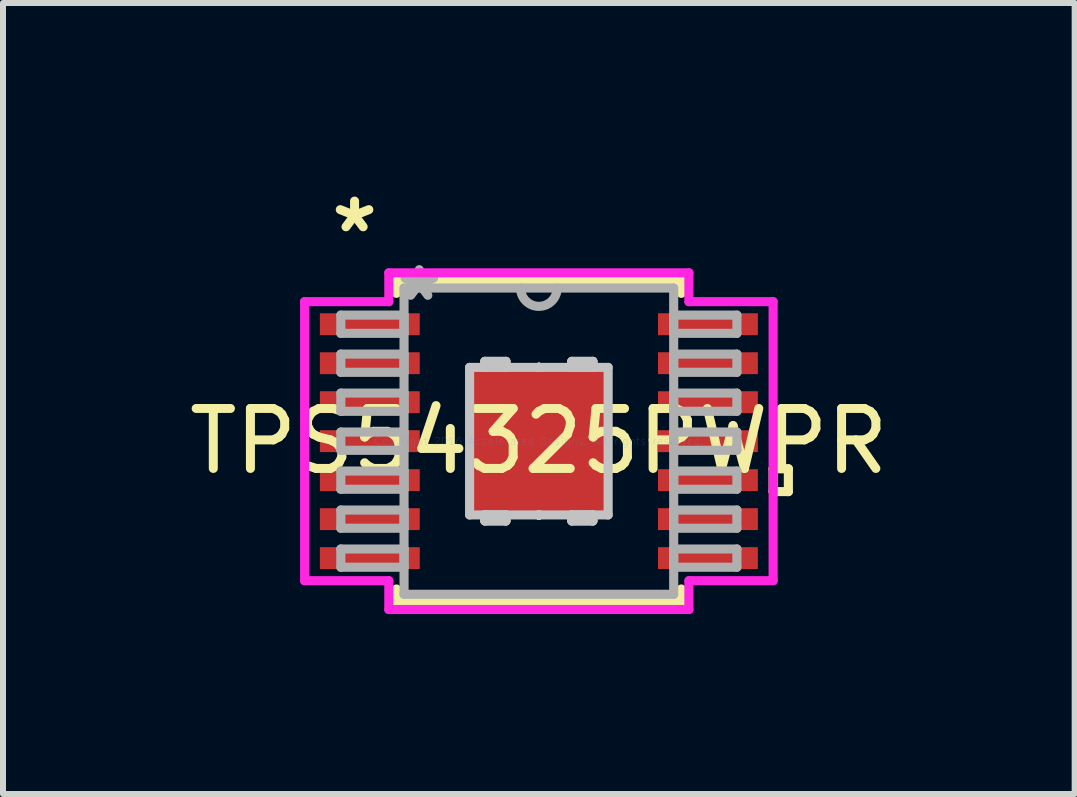
<source format=kicad_pcb>
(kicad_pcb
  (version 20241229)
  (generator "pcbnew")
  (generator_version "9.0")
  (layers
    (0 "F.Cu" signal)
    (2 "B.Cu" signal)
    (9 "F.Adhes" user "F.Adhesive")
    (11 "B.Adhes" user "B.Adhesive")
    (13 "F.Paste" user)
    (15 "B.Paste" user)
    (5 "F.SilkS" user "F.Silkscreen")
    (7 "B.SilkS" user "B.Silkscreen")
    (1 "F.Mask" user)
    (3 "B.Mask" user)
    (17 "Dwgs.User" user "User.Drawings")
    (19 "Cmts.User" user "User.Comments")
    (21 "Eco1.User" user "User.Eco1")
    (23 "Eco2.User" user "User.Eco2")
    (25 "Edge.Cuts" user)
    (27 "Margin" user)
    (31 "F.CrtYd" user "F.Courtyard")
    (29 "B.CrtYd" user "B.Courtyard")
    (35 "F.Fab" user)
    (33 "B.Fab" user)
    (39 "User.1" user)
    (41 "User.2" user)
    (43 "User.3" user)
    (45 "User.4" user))
  (footprint "TPS54325PWPR"
    (layer "F.Cu")
    (at 5.935 4.306)
    (property "Reference" "TPS54325PWPR" (at 0 0 0) (layer "F.SilkS") (effects (font (size 1 1) (thickness 0.15))))
    (attr through_hole)
    (fp_line (start -2.375 -2.68) (end -2.375 -2.465) (stroke (width 0.152) (type solid)) (layer "F.SilkS"))
    (fp_line (start -2.375 2.465) (end -2.375 2.68) (stroke (width 0.152) (type solid)) (layer "F.SilkS"))
    (fp_line (start -2.375 2.68) (end 2.375 2.68) (stroke (width 0.152) (type solid)) (layer "F.SilkS"))
    (fp_line (start 2.375 -2.68) (end -2.375 -2.68) (stroke (width 0.152) (type solid)) (layer "F.SilkS"))
    (fp_line (start 2.375 -2.465) (end 2.375 -2.68) (stroke (width 0.152) (type solid)) (layer "F.SilkS"))
    (fp_line (start 2.375 2.68) (end 2.375 2.465) (stroke (width 0.152) (type solid)) (layer "F.SilkS"))
    (fp_line (start 3.906 0.46) (end 4.16 0.46) (stroke (width 0.152) (type solid)) (layer "F.SilkS"))
    (fp_line (start 3.906 0.841) (end 3.906 0.46) (stroke (width 0.152) (type solid)) (layer "F.SilkS"))
    (fp_line (start 4.16 0.46) (end 4.16 0.841) (stroke (width 0.152) (type solid)) (layer "F.SilkS"))
    (fp_line (start 4.16 0.841) (end 3.906 0.841) (stroke (width 0.152) (type solid)) (layer "F.SilkS"))
    (fp_line (start -1.155 -1.23) (end -1.155 1.23) (stroke (width 0.152) (type solid)) (layer "Dwgs.User"))
    (fp_line (start -1.155 1.23) (end 1.155 1.23) (stroke (width 0.152) (type solid)) (layer "Dwgs.User"))
    (fp_line (start -0.9 -1.33) (end -0.9 -1.23) (stroke (width 0.152) (type solid)) (layer "Dwgs.User"))
    (fp_line (start -0.9 -1.33) (end -0.9 -1.23) (stroke (width 0.152) (type solid)) (layer "Dwgs.User"))
    (fp_line (start -0.9 -1.23) (end -0.55 -1.23) (stroke (width 0.152) (type solid)) (layer "Dwgs.User"))
    (fp_line (start -0.9 -1.23) (end -0.55 -1.23) (stroke (width 0.152) (type solid)) (layer "Dwgs.User"))
    (fp_line (start -0.9 1.23) (end -0.55 1.23) (stroke (width 0.152) (type solid)) (layer "Dwgs.User"))
    (fp_line (start -0.9 1.23) (end -0.55 1.23) (stroke (width 0.152) (type solid)) (layer "Dwgs.User"))
    (fp_line (start -0.9 1.33) (end -0.9 1.23) (stroke (width 0.152) (type solid)) (layer "Dwgs.User"))
    (fp_line (start -0.9 1.33) (end -0.9 1.23) (stroke (width 0.152) (type solid)) (layer "Dwgs.User"))
    (fp_line (start -0.55 -1.33) (end -0.9 -1.33) (stroke (width 0.152) (type solid)) (layer "Dwgs.User"))
    (fp_line (start -0.55 -1.33) (end -0.9 -1.33) (stroke (width 0.152) (type solid)) (layer "Dwgs.User"))
    (fp_line (start -0.55 -1.23) (end -0.55 -1.33) (stroke (width 0.152) (type solid)) (layer "Dwgs.User"))
    (fp_line (start -0.55 -1.23) (end -0.55 -1.33) (stroke (width 0.152) (type solid)) (layer "Dwgs.User"))
    (fp_line (start -0.55 1.23) (end -0.55 1.33) (stroke (width 0.152) (type solid)) (layer "Dwgs.User"))
    (fp_line (start -0.55 1.23) (end -0.55 1.33) (stroke (width 0.152) (type solid)) (layer "Dwgs.User"))
    (fp_line (start -0.55 1.33) (end -0.9 1.33) (stroke (width 0.152) (type solid)) (layer "Dwgs.User"))
    (fp_line (start -0.55 1.33) (end -0.9 1.33) (stroke (width 0.152) (type solid)) (layer "Dwgs.User"))
    (fp_line (start 0 -1.23) (end 0 -1.23) (stroke (width 0.152) (type solid)) (layer "Dwgs.User"))
    (fp_line (start 0 -1.23) (end 0 -1.23) (stroke (width 0.152) (type solid)) (layer "Dwgs.User"))
    (fp_line (start 0 -1.23) (end 0 -1.23) (stroke (width 0.152) (type solid)) (layer "Dwgs.User"))
    (fp_line (start 0 -1.23) (end 0 -1.23) (stroke (width 0.152) (type solid)) (layer "Dwgs.User"))
    (fp_line (start 0 -1.23) (end 0 -1.23) (stroke (width 0.152) (type solid)) (layer "Dwgs.User"))
    (fp_line (start 0 -1.23) (end 0 -1.23) (stroke (width 0.152) (type solid)) (layer "Dwgs.User"))
    (fp_line (start 0 -1.23) (end 0 -1.23) (stroke (width 0.152) (type solid)) (layer "Dwgs.User"))
    (fp_line (start 0 -1.23) (end 0 -1.23) (stroke (width 0.152) (type solid)) (layer "Dwgs.User"))
    (fp_line (start 0 -1.23) (end 0 -1.23) (stroke (width 0.152) (type solid)) (layer "Dwgs.User"))
    (fp_line (start 0 -1.23) (end 0 -1.23) (stroke (width 0.152) (type solid)) (layer "Dwgs.User"))
    (fp_line (start 0 -1.23) (end 0 -1.23) (stroke (width 0.152) (type solid)) (layer "Dwgs.User"))
    (fp_line (start 0 -1.23) (end 0 -1.23) (stroke (width 0.152) (type solid)) (layer "Dwgs.User"))
    (fp_line (start 0 -1.23) (end 0 -1.23) (stroke (width 0.152) (type solid)) (layer "Dwgs.User"))
    (fp_line (start 0 -1.23) (end 0 -1.23) (stroke (width 0.152) (type solid)) (layer "Dwgs.User"))
    (fp_line (start 0 -1.23) (end 0 -1.23) (stroke (width 0.152) (type solid)) (layer "Dwgs.User"))
    (fp_line (start 0 -1.23) (end 0 -1.23) (stroke (width 0.152) (type solid)) (layer "Dwgs.User"))
    (fp_line (start 0 1.23) (end 0 1.23) (stroke (width 0.152) (type solid)) (layer "Dwgs.User"))
    (fp_line (start 0 1.23) (end 0 1.23) (stroke (width 0.152) (type solid)) (layer "Dwgs.User"))
    (fp_line (start 0 1.23) (end 0 1.23) (stroke (width 0.152) (type solid)) (layer "Dwgs.User"))
    (fp_line (start 0 1.23) (end 0 1.23) (stroke (width 0.152) (type solid)) (layer "Dwgs.User"))
    (fp_line (start 0 1.23) (end 0 1.23) (stroke (width 0.152) (type solid)) (layer "Dwgs.User"))
    (fp_line (start 0 1.23) (end 0 1.23) (stroke (width 0.152) (type solid)) (layer "Dwgs.User"))
    (fp_line (start 0 1.23) (end 0 1.23) (stroke (width 0.152) (type solid)) (layer "Dwgs.User"))
    (fp_line (start 0 1.23) (end 0 1.23) (stroke (width 0.152) (type solid)) (layer "Dwgs.User"))
    (fp_line (start 0 1.23) (end 0 1.23) (stroke (width 0.152) (type solid)) (layer "Dwgs.User"))
    (fp_line (start 0 1.23) (end 0 1.23) (stroke (width 0.152) (type solid)) (layer "Dwgs.User"))
    (fp_line (start 0 1.23) (end 0 1.23) (stroke (width 0.152) (type solid)) (layer "Dwgs.User"))
    (fp_line (start 0 1.23) (end 0 1.23) (stroke (width 0.152) (type solid)) (layer "Dwgs.User"))
    (fp_line (start 0 1.23) (end 0 1.23) (stroke (width 0.152) (type solid)) (layer "Dwgs.User"))
    (fp_line (start 0 1.23) (end 0 1.23) (stroke (width 0.152) (type solid)) (layer "Dwgs.User"))
    (fp_line (start 0 1.23) (end 0 1.23) (stroke (width 0.152) (type solid)) (layer "Dwgs.User"))
    (fp_line (start 0 1.23) (end 0 1.23) (stroke (width 0.152) (type solid)) (layer "Dwgs.User"))
    (fp_line (start 0.55 -1.33) (end 0.9 -1.33) (stroke (width 0.152) (type solid)) (layer "Dwgs.User"))
    (fp_line (start 0.55 -1.33) (end 0.9 -1.33) (stroke (width 0.152) (type solid)) (layer "Dwgs.User"))
    (fp_line (start 0.55 -1.23) (end 0.55 -1.33) (stroke (width 0.152) (type solid)) (layer "Dwgs.User"))
    (fp_line (start 0.55 -1.23) (end 0.55 -1.33) (stroke (width 0.152) (type solid)) (layer "Dwgs.User"))
    (fp_line (start 0.55 1.23) (end 0.55 1.33) (stroke (width 0.152) (type solid)) (layer "Dwgs.User"))
    (fp_line (start 0.55 1.23) (end 0.55 1.33) (stroke (width 0.152) (type solid)) (layer "Dwgs.User"))
    (fp_line (start 0.55 1.33) (end 0.9 1.33) (stroke (width 0.152) (type solid)) (layer "Dwgs.User"))
    (fp_line (start 0.55 1.33) (end 0.9 1.33) (stroke (width 0.152) (type solid)) (layer "Dwgs.User"))
    (fp_line (start 0.9 -1.33) (end 0.9 -1.23) (stroke (width 0.152) (type solid)) (layer "Dwgs.User"))
    (fp_line (start 0.9 -1.33) (end 0.9 -1.23) (stroke (width 0.152) (type solid)) (layer "Dwgs.User"))
    (fp_line (start 0.9 -1.23) (end 0.55 -1.23) (stroke (width 0.152) (type solid)) (layer "Dwgs.User"))
    (fp_line (start 0.9 -1.23) (end 0.55 -1.23) (stroke (width 0.152) (type solid)) (layer "Dwgs.User"))
    (fp_line (start 0.9 1.23) (end 0.55 1.23) (stroke (width 0.152) (type solid)) (layer "Dwgs.User"))
    (fp_line (start 0.9 1.23) (end 0.55 1.23) (stroke (width 0.152) (type solid)) (layer "Dwgs.User"))
    (fp_line (start 0.9 1.33) (end 0.9 1.23) (stroke (width 0.152) (type solid)) (layer "Dwgs.User"))
    (fp_line (start 0.9 1.33) (end 0.9 1.23) (stroke (width 0.152) (type solid)) (layer "Dwgs.User"))
    (fp_line (start 1.155 -1.23) (end -1.155 -1.23) (stroke (width 0.152) (type solid)) (layer "Dwgs.User"))
    (fp_line (start 1.155 1.23) (end 1.155 -1.23) (stroke (width 0.152) (type solid)) (layer "Dwgs.User"))
    (fp_line (start -3.906 -2.326) (end -2.502 -2.326) (stroke (width 0.152) (type solid)) (layer "F.CrtYd"))
    (fp_line (start -3.906 2.326) (end -3.906 -2.326) (stroke (width 0.152) (type solid)) (layer "F.CrtYd"))
    (fp_line (start -2.502 -2.807) (end 2.502 -2.807) (stroke (width 0.152) (type solid)) (layer "F.CrtYd"))
    (fp_line (start -2.502 -2.326) (end -2.502 -2.807) (stroke (width 0.152) (type solid)) (layer "F.CrtYd"))
    (fp_line (start -2.502 2.326) (end -3.906 2.326) (stroke (width 0.152) (type solid)) (layer "F.CrtYd"))
    (fp_line (start -2.502 2.807) (end -2.502 2.326) (stroke (width 0.152) (type solid)) (layer "F.CrtYd"))
    (fp_line (start 2.502 -2.807) (end 2.502 -2.326) (stroke (width 0.152) (type solid)) (layer "F.CrtYd"))
    (fp_line (start 2.502 -2.326) (end 3.906 -2.326) (stroke (width 0.152) (type solid)) (layer "F.CrtYd"))
    (fp_line (start 2.502 2.326) (end 2.502 2.807) (stroke (width 0.152) (type solid)) (layer "F.CrtYd"))
    (fp_line (start 2.502 2.807) (end -2.502 2.807) (stroke (width 0.152) (type solid)) (layer "F.CrtYd"))
    (fp_line (start 3.906 -2.326) (end 3.906 2.326) (stroke (width 0.152) (type solid)) (layer "F.CrtYd"))
    (fp_line (start 3.906 2.326) (end 2.502 2.326) (stroke (width 0.152) (type solid)) (layer "F.CrtYd"))
    (fp_line (start -3.302 -2.102) (end -3.302 -1.798) (stroke (width 0.152) (type solid)) (layer "F.Fab"))
    (fp_line (start -3.302 -1.798) (end -2.248 -1.798) (stroke (width 0.152) (type solid)) (layer "F.Fab"))
    (fp_line (start -3.302 -1.452) (end -3.302 -1.148) (stroke (width 0.152) (type solid)) (layer "F.Fab"))
    (fp_line (start -3.302 -1.148) (end -2.248 -1.148) (stroke (width 0.152) (type solid)) (layer "F.Fab"))
    (fp_line (start -3.302 -0.802) (end -3.302 -0.498) (stroke (width 0.152) (type solid)) (layer "F.Fab"))
    (fp_line (start -3.302 -0.498) (end -2.248 -0.498) (stroke (width 0.152) (type solid)) (layer "F.Fab"))
    (fp_line (start -3.302 -0.152) (end -3.302 0.152) (stroke (width 0.152) (type solid)) (layer "F.Fab"))
    (fp_line (start -3.302 0.152) (end -2.248 0.152) (stroke (width 0.152) (type solid)) (layer "F.Fab"))
    (fp_line (start -3.302 0.498) (end -3.302 0.802) (stroke (width 0.152) (type solid)) (layer "F.Fab"))
    (fp_line (start -3.302 0.802) (end -2.248 0.802) (stroke (width 0.152) (type solid)) (layer "F.Fab"))
    (fp_line (start -3.302 1.148) (end -3.302 1.452) (stroke (width 0.152) (type solid)) (layer "F.Fab"))
    (fp_line (start -3.302 1.452) (end -2.248 1.452) (stroke (width 0.152) (type solid)) (layer "F.Fab"))
    (fp_line (start -3.302 1.798) (end -3.302 2.102) (stroke (width 0.152) (type solid)) (layer "F.Fab"))
    (fp_line (start -3.302 2.102) (end -2.248 2.102) (stroke (width 0.152) (type solid)) (layer "F.Fab"))
    (fp_line (start -2.248 -2.553) (end -2.248 2.553) (stroke (width 0.152) (type solid)) (layer "F.Fab"))
    (fp_line (start -2.248 -2.102) (end -3.302 -2.102) (stroke (width 0.152) (type solid)) (layer "F.Fab"))
    (fp_line (start -2.248 -1.798) (end -2.248 -2.102) (stroke (width 0.152) (type solid)) (layer "F.Fab"))
    (fp_line (start -2.248 -1.452) (end -3.302 -1.452) (stroke (width 0.152) (type solid)) (layer "F.Fab"))
    (fp_line (start -2.248 -1.148) (end -2.248 -1.452) (stroke (width 0.152) (type solid)) (layer "F.Fab"))
    (fp_line (start -2.248 -0.802) (end -3.302 -0.802) (stroke (width 0.152) (type solid)) (layer "F.Fab"))
    (fp_line (start -2.248 -0.498) (end -2.248 -0.802) (stroke (width 0.152) (type solid)) (layer "F.Fab"))
    (fp_line (start -2.248 -0.152) (end -3.302 -0.152) (stroke (width 0.152) (type solid)) (layer "F.Fab"))
    (fp_line (start -2.248 0.152) (end -2.248 -0.152) (stroke (width 0.152) (type solid)) (layer "F.Fab"))
    (fp_line (start -2.248 0.498) (end -3.302 0.498) (stroke (width 0.152) (type solid)) (layer "F.Fab"))
    (fp_line (start -2.248 0.802) (end -2.248 0.498) (stroke (width 0.152) (type solid)) (layer "F.Fab"))
    (fp_line (start -2.248 1.148) (end -3.302 1.148) (stroke (width 0.152) (type solid)) (layer "F.Fab"))
    (fp_line (start -2.248 1.452) (end -2.248 1.148) (stroke (width 0.152) (type solid)) (layer "F.Fab"))
    (fp_line (start -2.248 1.798) (end -3.302 1.798) (stroke (width 0.152) (type solid)) (layer "F.Fab"))
    (fp_line (start -2.248 2.102) (end -2.248 1.798) (stroke (width 0.152) (type solid)) (layer "F.Fab"))
    (fp_line (start -2.248 2.553) (end 2.248 2.553) (stroke (width 0.152) (type solid)) (layer "F.Fab"))
    (fp_line (start 2.248 -2.553) (end -2.248 -2.553) (stroke (width 0.152) (type solid)) (layer "F.Fab"))
    (fp_line (start 2.248 -2.102) (end 2.248 -1.798) (stroke (width 0.152) (type solid)) (layer "F.Fab"))
    (fp_line (start 2.248 -1.798) (end 3.302 -1.798) (stroke (width 0.152) (type solid)) (layer "F.Fab"))
    (fp_line (start 2.248 -1.452) (end 2.248 -1.148) (stroke (width 0.152) (type solid)) (layer "F.Fab"))
    (fp_line (start 2.248 -1.148) (end 3.302 -1.148) (stroke (width 0.152) (type solid)) (layer "F.Fab"))
    (fp_line (start 2.248 -0.802) (end 2.248 -0.498) (stroke (width 0.152) (type solid)) (layer "F.Fab"))
    (fp_line (start 2.248 -0.498) (end 3.302 -0.498) (stroke (width 0.152) (type solid)) (layer "F.Fab"))
    (fp_line (start 2.248 -0.152) (end 2.248 0.152) (stroke (width 0.152) (type solid)) (layer "F.Fab"))
    (fp_line (start 2.248 0.152) (end 3.302 0.152) (stroke (width 0.152) (type solid)) (layer "F.Fab"))
    (fp_line (start 2.248 0.498) (end 2.248 0.802) (stroke (width 0.152) (type solid)) (layer "F.Fab"))
    (fp_line (start 2.248 0.802) (end 3.302 0.802) (stroke (width 0.152) (type solid)) (layer "F.Fab"))
    (fp_line (start 2.248 1.148) (end 2.248 1.452) (stroke (width 0.152) (type solid)) (layer "F.Fab"))
    (fp_line (start 2.248 1.452) (end 3.302 1.452) (stroke (width 0.152) (type solid)) (layer "F.Fab"))
    (fp_line (start 2.248 1.798) (end 2.248 2.102) (stroke (width 0.152) (type solid)) (layer "F.Fab"))
    (fp_line (start 2.248 2.102) (end 3.302 2.102) (stroke (width 0.152) (type solid)) (layer "F.Fab"))
    (fp_line (start 2.248 2.553) (end 2.248 -2.553) (stroke (width 0.152) (type solid)) (layer "F.Fab"))
    (fp_line (start 3.302 -2.102) (end 2.248 -2.102) (stroke (width 0.152) (type solid)) (layer "F.Fab"))
    (fp_line (start 3.302 -1.798) (end 3.302 -2.102) (stroke (width 0.152) (type solid)) (layer "F.Fab"))
    (fp_line (start 3.302 -1.452) (end 2.248 -1.452) (stroke (width 0.152) (type solid)) (layer "F.Fab"))
    (fp_line (start 3.302 -1.148) (end 3.302 -1.452) (stroke (width 0.152) (type solid)) (layer "F.Fab"))
    (fp_line (start 3.302 -0.802) (end 2.248 -0.802) (stroke (width 0.152) (type solid)) (layer "F.Fab"))
    (fp_line (start 3.302 -0.498) (end 3.302 -0.802) (stroke (width 0.152) (type solid)) (layer "F.Fab"))
    (fp_line (start 3.302 -0.152) (end 2.248 -0.152) (stroke (width 0.152) (type solid)) (layer "F.Fab"))
    (fp_line (start 3.302 0.152) (end 3.302 -0.152) (stroke (width 0.152) (type solid)) (layer "F.Fab"))
    (fp_line (start 3.302 0.498) (end 2.248 0.498) (stroke (width 0.152) (type solid)) (layer "F.Fab"))
    (fp_line (start 3.302 0.802) (end 3.302 0.498) (stroke (width 0.152) (type solid)) (layer "F.Fab"))
    (fp_line (start 3.302 1.148) (end 2.248 1.148) (stroke (width 0.152) (type solid)) (layer "F.Fab"))
    (fp_line (start 3.302 1.452) (end 3.302 1.148) (stroke (width 0.152) (type solid)) (layer "F.Fab"))
    (fp_line (start 3.302 1.798) (end 2.248 1.798) (stroke (width 0.152) (type solid)) (layer "F.Fab"))
    (fp_line (start 3.302 2.102) (end 3.302 1.798) (stroke (width 0.152) (type solid)) (layer "F.Fab"))
    (fp_arc (start 0.3048 -2.5527) (mid 0 -2.2479) (end -0.3048 -2.5527) (stroke (width 0.1524) (type solid)) (layer "F.Fab"))
    (fp_text user "*" (at -3.073 -3.458 0) (layer "F.SilkS") (effects (font (size 1 1) (thickness 0.15))))
    (fp_text user "Copyright 2016 Accelerated Designs. All rights reserved." (at 0 0 0) (layer "Cmts.User") (effects (font (size 0.127 0.127) (thickness 0.002))))
    (fp_text user "*" (at -1.994 -2.315 0) (layer "F.Fab") (effects (font (size 1 1) (thickness 0.15))))
    (pad "1" smd rect (at -2.819 -1.95) (size 1.665 0.365) (layers "F.Cu" "F.Mask" "F.Paste"))
    (pad "2" smd rect (at -2.819 -1.3) (size 1.665 0.365) (layers "F.Cu" "F.Mask" "F.Paste"))
    (pad "3" smd rect (at -2.819 -0.65) (size 1.665 0.365) (layers "F.Cu" "F.Mask" "F.Paste"))
    (pad "4" smd rect (at -2.819 0) (size 1.665 0.365) (layers "F.Cu" "F.Mask" "F.Paste"))
    (pad "5" smd rect (at -2.819 0.65) (size 1.665 0.365) (layers "F.Cu" "F.Mask" "F.Paste"))
    (pad "6" smd rect (at -2.819 1.3) (size 1.665 0.365) (layers "F.Cu" "F.Mask" "F.Paste"))
    (pad "7" smd rect (at -2.819 1.95) (size 1.665 0.365) (layers "F.Cu" "F.Mask" "F.Paste"))
    (pad "8" smd rect (at 2.819 1.95) (size 1.665 0.365) (layers "F.Cu" "F.Mask" "F.Paste"))
    (pad "9" smd rect (at 2.819 1.3) (size 1.665 0.365) (layers "F.Cu" "F.Mask" "F.Paste"))
    (pad "10" smd rect (at 2.819 0.65) (size 1.665 0.365) (layers "F.Cu" "F.Mask" "F.Paste"))
    (pad "11" smd rect (at 2.819 0) (size 1.665 0.365) (layers "F.Cu" "F.Mask" "F.Paste"))
    (pad "12" smd rect (at 2.819 -0.65) (size 1.665 0.365) (layers "F.Cu" "F.Mask" "F.Paste"))
    (pad "13" smd rect (at 2.819 -1.3) (size 1.665 0.365) (layers "F.Cu" "F.Mask" "F.Paste"))
    (pad "14" smd rect (at 2.819 -1.95) (size 1.665 0.365) (layers "F.Cu" "F.Mask" "F.Paste"))
    (pad "15" smd rect (at 0 0) (size 2.31 2.46) (layers "F.Cu" "F.Mask" "F.Paste")))
  (gr_rect
    (start -3 -3)
    (end 14.869 10.189)
    (stroke (width 0.1) (type default))
    (fill no)
    (layer "Edge.Cuts")))
</source>
